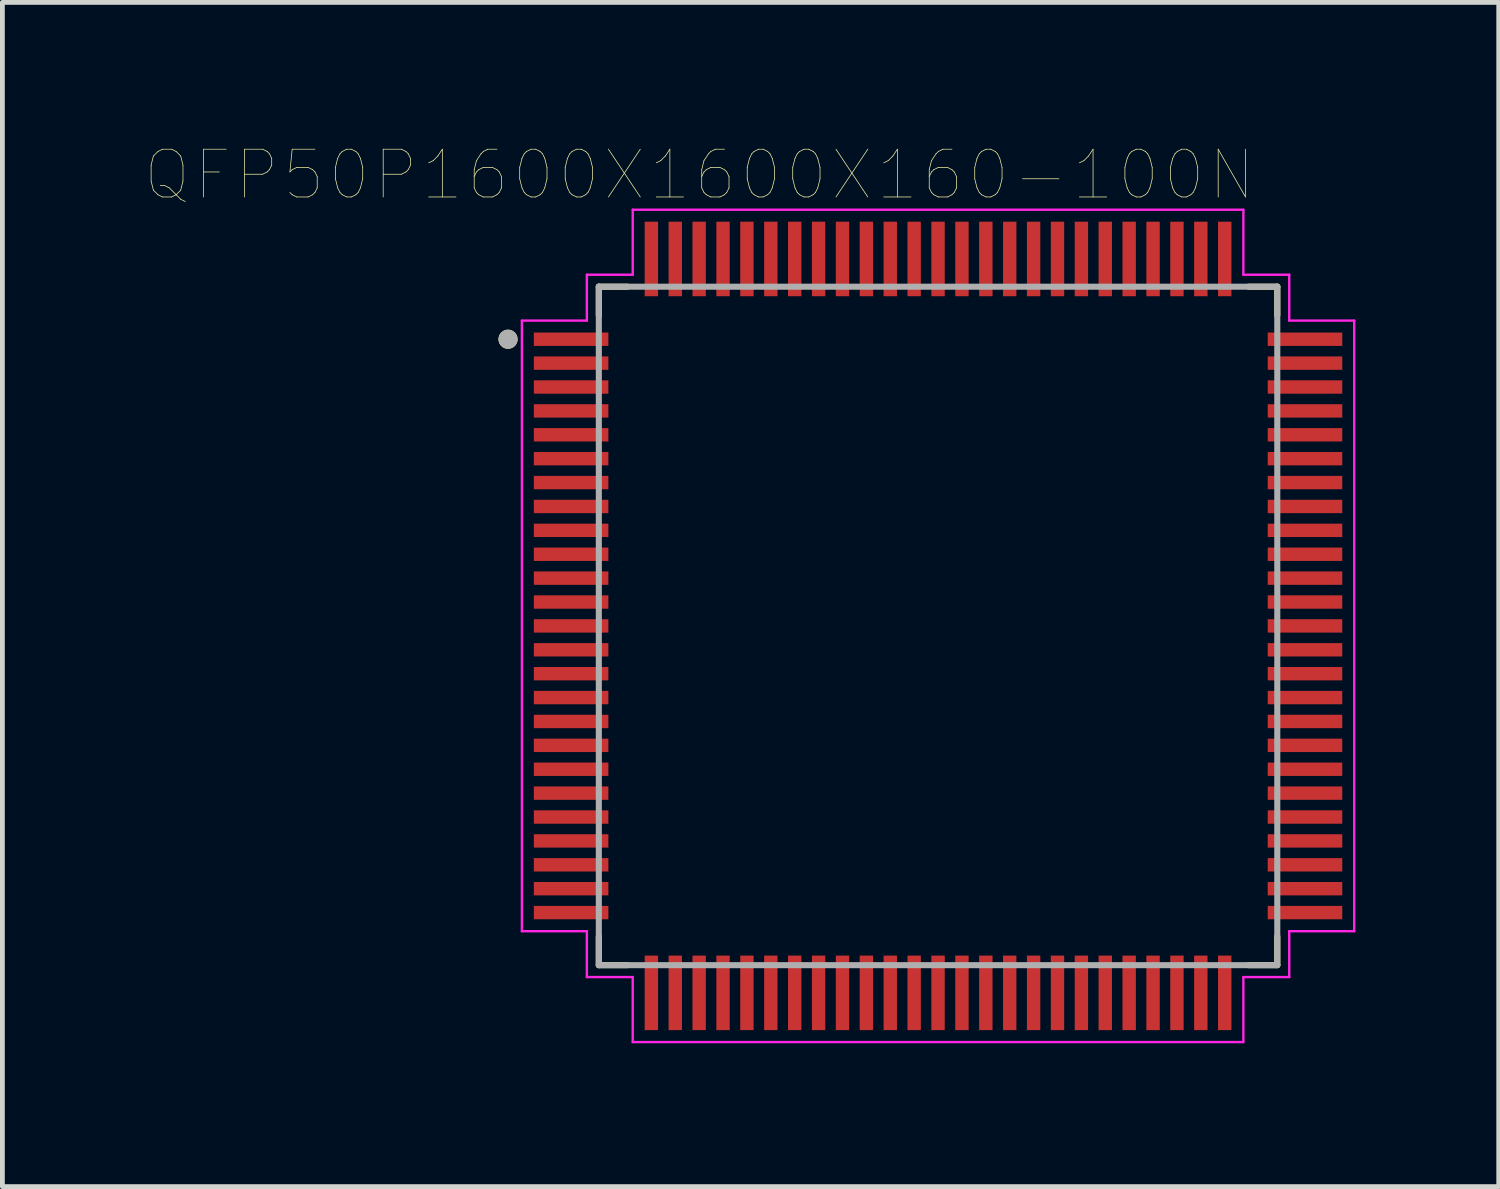
<source format=kicad_pcb>
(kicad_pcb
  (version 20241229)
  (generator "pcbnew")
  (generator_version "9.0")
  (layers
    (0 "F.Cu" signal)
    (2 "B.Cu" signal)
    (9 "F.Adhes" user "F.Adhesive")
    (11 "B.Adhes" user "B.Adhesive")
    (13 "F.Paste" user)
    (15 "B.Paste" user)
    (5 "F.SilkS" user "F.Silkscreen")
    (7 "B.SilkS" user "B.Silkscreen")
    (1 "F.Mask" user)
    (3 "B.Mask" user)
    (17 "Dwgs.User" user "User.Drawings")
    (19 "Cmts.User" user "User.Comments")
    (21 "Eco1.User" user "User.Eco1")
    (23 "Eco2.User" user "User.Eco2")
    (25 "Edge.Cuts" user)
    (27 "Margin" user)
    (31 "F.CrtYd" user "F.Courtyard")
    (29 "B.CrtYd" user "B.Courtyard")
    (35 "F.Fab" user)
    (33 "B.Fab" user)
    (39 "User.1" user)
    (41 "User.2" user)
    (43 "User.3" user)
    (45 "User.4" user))
  (footprint "QFP50P1600X1600X160-100N"
    (layer "F.Cu")
    (at 16.583 10.05)
    (property "Reference" "QFP50P1600X1600X160-100N" (at -4.994 -9.439 0) (layer "F.SilkS") (effects (font (size 1 1) (thickness 0.015))))
    (attr through_hole)
    (fp_line (start -7.1 -7.1) (end -7.1 -6.5) (stroke (width 0.127) (type solid)) (layer "F.SilkS"))
    (fp_line (start -7.1 6.5) (end -7.1 7.1) (stroke (width 0.127) (type solid)) (layer "F.SilkS"))
    (fp_line (start -7.1 7.1) (end -6.5 7.1) (stroke (width 0.127) (type solid)) (layer "F.SilkS"))
    (fp_line (start -6.5 -7.1) (end -7.1 -7.1) (stroke (width 0.127) (type solid)) (layer "F.SilkS"))
    (fp_line (start 6.5 -7.1) (end 7.1 -7.1) (stroke (width 0.127) (type solid)) (layer "F.SilkS"))
    (fp_line (start 7.1 -7.1) (end 7.1 -6.5) (stroke (width 0.127) (type solid)) (layer "F.SilkS"))
    (fp_line (start 7.1 6.5) (end 7.1 7.1) (stroke (width 0.127) (type solid)) (layer "F.SilkS"))
    (fp_line (start 7.1 7.1) (end 6.5 7.1) (stroke (width 0.127) (type solid)) (layer "F.SilkS"))
    (fp_circle (center -9 -6) (end -8.9 -6) (stroke (width 0.2) (type solid)) (fill no) (layer "F.SilkS"))
    (fp_line (start -8.71 -6.39) (end -7.35 -6.39) (stroke (width 0.05) (type solid)) (layer "F.CrtYd"))
    (fp_line (start -8.71 6.39) (end -8.71 -6.39) (stroke (width 0.05) (type solid)) (layer "F.CrtYd"))
    (fp_line (start -7.35 -7.35) (end -6.39 -7.35) (stroke (width 0.05) (type solid)) (layer "F.CrtYd"))
    (fp_line (start -7.35 -6.39) (end -7.35 -7.35) (stroke (width 0.05) (type solid)) (layer "F.CrtYd"))
    (fp_line (start -7.35 6.39) (end -8.71 6.39) (stroke (width 0.05) (type solid)) (layer "F.CrtYd"))
    (fp_line (start -7.35 7.35) (end -7.35 6.39) (stroke (width 0.05) (type solid)) (layer "F.CrtYd"))
    (fp_line (start -6.39 -8.71) (end 6.39 -8.71) (stroke (width 0.05) (type solid)) (layer "F.CrtYd"))
    (fp_line (start -6.39 -7.35) (end -6.39 -8.71) (stroke (width 0.05) (type solid)) (layer "F.CrtYd"))
    (fp_line (start -6.39 7.35) (end -7.35 7.35) (stroke (width 0.05) (type solid)) (layer "F.CrtYd"))
    (fp_line (start -6.39 8.71) (end -6.39 7.35) (stroke (width 0.05) (type solid)) (layer "F.CrtYd"))
    (fp_line (start 6.39 -8.71) (end 6.39 -7.35) (stroke (width 0.05) (type solid)) (layer "F.CrtYd"))
    (fp_line (start 6.39 -7.35) (end 7.35 -7.35) (stroke (width 0.05) (type solid)) (layer "F.CrtYd"))
    (fp_line (start 6.39 7.35) (end 6.39 8.71) (stroke (width 0.05) (type solid)) (layer "F.CrtYd"))
    (fp_line (start 6.39 8.71) (end -6.39 8.71) (stroke (width 0.05) (type solid)) (layer "F.CrtYd"))
    (fp_line (start 7.35 -7.35) (end 7.35 -6.39) (stroke (width 0.05) (type solid)) (layer "F.CrtYd"))
    (fp_line (start 7.35 -6.39) (end 8.71 -6.39) (stroke (width 0.05) (type solid)) (layer "F.CrtYd"))
    (fp_line (start 7.35 6.39) (end 7.35 7.35) (stroke (width 0.05) (type solid)) (layer "F.CrtYd"))
    (fp_line (start 7.35 7.35) (end 6.39 7.35) (stroke (width 0.05) (type solid)) (layer "F.CrtYd"))
    (fp_line (start 8.71 -6.39) (end 8.71 6.39) (stroke (width 0.05) (type solid)) (layer "F.CrtYd"))
    (fp_line (start 8.71 6.39) (end 7.35 6.39) (stroke (width 0.05) (type solid)) (layer "F.CrtYd"))
    (fp_line (start -7.1 -7.1) (end 7.1 -7.1) (stroke (width 0.127) (type solid)) (layer "F.Fab"))
    (fp_line (start -7.1 7.1) (end -7.1 -7.1) (stroke (width 0.127) (type solid)) (layer "F.Fab"))
    (fp_line (start 7.1 -7.1) (end 7.1 7.1) (stroke (width 0.127) (type solid)) (layer "F.Fab"))
    (fp_line (start 7.1 7.1) (end -7.1 7.1) (stroke (width 0.127) (type solid)) (layer "F.Fab"))
    (fp_circle (center -9 -6) (end -8.9 -6) (stroke (width 0.2) (type solid)) (fill no) (layer "F.Fab"))
    (pad "1" smd rect (at -7.68 -6) (size 1.56 0.28) (layers "F.Cu" "F.Mask" "F.Paste"))
    (pad "2" smd rect (at -7.68 -5.5) (size 1.56 0.28) (layers "F.Cu" "F.Mask" "F.Paste"))
    (pad "3" smd rect (at -7.68 -5) (size 1.56 0.28) (layers "F.Cu" "F.Mask" "F.Paste"))
    (pad "4" smd rect (at -7.68 -4.5) (size 1.56 0.28) (layers "F.Cu" "F.Mask" "F.Paste"))
    (pad "5" smd rect (at -7.68 -4) (size 1.56 0.28) (layers "F.Cu" "F.Mask" "F.Paste"))
    (pad "6" smd rect (at -7.68 -3.5) (size 1.56 0.28) (layers "F.Cu" "F.Mask" "F.Paste"))
    (pad "7" smd rect (at -7.68 -3) (size 1.56 0.28) (layers "F.Cu" "F.Mask" "F.Paste"))
    (pad "8" smd rect (at -7.68 -2.5) (size 1.56 0.28) (layers "F.Cu" "F.Mask" "F.Paste"))
    (pad "9" smd rect (at -7.68 -2) (size 1.56 0.28) (layers "F.Cu" "F.Mask" "F.Paste"))
    (pad "10" smd rect (at -7.68 -1.5) (size 1.56 0.28) (layers "F.Cu" "F.Mask" "F.Paste"))
    (pad "11" smd rect (at -7.68 -1) (size 1.56 0.28) (layers "F.Cu" "F.Mask" "F.Paste"))
    (pad "12" smd rect (at -7.68 -0.5) (size 1.56 0.28) (layers "F.Cu" "F.Mask" "F.Paste"))
    (pad "13" smd rect (at -7.68 0) (size 1.56 0.28) (layers "F.Cu" "F.Mask" "F.Paste"))
    (pad "14" smd rect (at -7.68 0.5) (size 1.56 0.28) (layers "F.Cu" "F.Mask" "F.Paste"))
    (pad "15" smd rect (at -7.68 1) (size 1.56 0.28) (layers "F.Cu" "F.Mask" "F.Paste"))
    (pad "16" smd rect (at -7.68 1.5) (size 1.56 0.28) (layers "F.Cu" "F.Mask" "F.Paste"))
    (pad "17" smd rect (at -7.68 2) (size 1.56 0.28) (layers "F.Cu" "F.Mask" "F.Paste"))
    (pad "18" smd rect (at -7.68 2.5) (size 1.56 0.28) (layers "F.Cu" "F.Mask" "F.Paste"))
    (pad "19" smd rect (at -7.68 3) (size 1.56 0.28) (layers "F.Cu" "F.Mask" "F.Paste"))
    (pad "20" smd rect (at -7.68 3.5) (size 1.56 0.28) (layers "F.Cu" "F.Mask" "F.Paste"))
    (pad "21" smd rect (at -7.68 4) (size 1.56 0.28) (layers "F.Cu" "F.Mask" "F.Paste"))
    (pad "22" smd rect (at -7.68 4.5) (size 1.56 0.28) (layers "F.Cu" "F.Mask" "F.Paste"))
    (pad "23" smd rect (at -7.68 5) (size 1.56 0.28) (layers "F.Cu" "F.Mask" "F.Paste"))
    (pad "24" smd rect (at -7.68 5.5) (size 1.56 0.28) (layers "F.Cu" "F.Mask" "F.Paste"))
    (pad "25" smd rect (at -7.68 6) (size 1.56 0.28) (layers "F.Cu" "F.Mask" "F.Paste"))
    (pad "26" smd rect (at -6 7.68) (size 0.28 1.56) (layers "F.Cu" "F.Mask" "F.Paste"))
    (pad "27" smd rect (at -5.5 7.68) (size 0.28 1.56) (layers "F.Cu" "F.Mask" "F.Paste"))
    (pad "28" smd rect (at -5 7.68) (size 0.28 1.56) (layers "F.Cu" "F.Mask" "F.Paste"))
    (pad "29" smd rect (at -4.5 7.68) (size 0.28 1.56) (layers "F.Cu" "F.Mask" "F.Paste"))
    (pad "30" smd rect (at -4 7.68) (size 0.28 1.56) (layers "F.Cu" "F.Mask" "F.Paste"))
    (pad "31" smd rect (at -3.5 7.68) (size 0.28 1.56) (layers "F.Cu" "F.Mask" "F.Paste"))
    (pad "32" smd rect (at -3 7.68) (size 0.28 1.56) (layers "F.Cu" "F.Mask" "F.Paste"))
    (pad "33" smd rect (at -2.5 7.68) (size 0.28 1.56) (layers "F.Cu" "F.Mask" "F.Paste"))
    (pad "34" smd rect (at -2 7.68) (size 0.28 1.56) (layers "F.Cu" "F.Mask" "F.Paste"))
    (pad "35" smd rect (at -1.5 7.68) (size 0.28 1.56) (layers "F.Cu" "F.Mask" "F.Paste"))
    (pad "36" smd rect (at -1 7.68) (size 0.28 1.56) (layers "F.Cu" "F.Mask" "F.Paste"))
    (pad "37" smd rect (at -0.5 7.68) (size 0.28 1.56) (layers "F.Cu" "F.Mask" "F.Paste"))
    (pad "38" smd rect (at 0 7.68) (size 0.28 1.56) (layers "F.Cu" "F.Mask" "F.Paste"))
    (pad "39" smd rect (at 0.5 7.68) (size 0.28 1.56) (layers "F.Cu" "F.Mask" "F.Paste"))
    (pad "40" smd rect (at 1 7.68) (size 0.28 1.56) (layers "F.Cu" "F.Mask" "F.Paste"))
    (pad "41" smd rect (at 1.5 7.68) (size 0.28 1.56) (layers "F.Cu" "F.Mask" "F.Paste"))
    (pad "42" smd rect (at 2 7.68) (size 0.28 1.56) (layers "F.Cu" "F.Mask" "F.Paste"))
    (pad "43" smd rect (at 2.5 7.68) (size 0.28 1.56) (layers "F.Cu" "F.Mask" "F.Paste"))
    (pad "44" smd rect (at 3 7.68) (size 0.28 1.56) (layers "F.Cu" "F.Mask" "F.Paste"))
    (pad "45" smd rect (at 3.5 7.68) (size 0.28 1.56) (layers "F.Cu" "F.Mask" "F.Paste"))
    (pad "46" smd rect (at 4 7.68) (size 0.28 1.56) (layers "F.Cu" "F.Mask" "F.Paste"))
    (pad "47" smd rect (at 4.5 7.68) (size 0.28 1.56) (layers "F.Cu" "F.Mask" "F.Paste"))
    (pad "48" smd rect (at 5 7.68) (size 0.28 1.56) (layers "F.Cu" "F.Mask" "F.Paste"))
    (pad "49" smd rect (at 5.5 7.68) (size 0.28 1.56) (layers "F.Cu" "F.Mask" "F.Paste"))
    (pad "50" smd rect (at 6 7.68) (size 0.28 1.56) (layers "F.Cu" "F.Mask" "F.Paste"))
    (pad "51" smd rect (at 7.68 6) (size 1.56 0.28) (layers "F.Cu" "F.Mask" "F.Paste"))
    (pad "52" smd rect (at 7.68 5.5) (size 1.56 0.28) (layers "F.Cu" "F.Mask" "F.Paste"))
    (pad "53" smd rect (at 7.68 5) (size 1.56 0.28) (layers "F.Cu" "F.Mask" "F.Paste"))
    (pad "54" smd rect (at 7.68 4.5) (size 1.56 0.28) (layers "F.Cu" "F.Mask" "F.Paste"))
    (pad "55" smd rect (at 7.68 4) (size 1.56 0.28) (layers "F.Cu" "F.Mask" "F.Paste"))
    (pad "56" smd rect (at 7.68 3.5) (size 1.56 0.28) (layers "F.Cu" "F.Mask" "F.Paste"))
    (pad "57" smd rect (at 7.68 3) (size 1.56 0.28) (layers "F.Cu" "F.Mask" "F.Paste"))
    (pad "58" smd rect (at 7.68 2.5) (size 1.56 0.28) (layers "F.Cu" "F.Mask" "F.Paste"))
    (pad "59" smd rect (at 7.68 2) (size 1.56 0.28) (layers "F.Cu" "F.Mask" "F.Paste"))
    (pad "60" smd rect (at 7.68 1.5) (size 1.56 0.28) (layers "F.Cu" "F.Mask" "F.Paste"))
    (pad "61" smd rect (at 7.68 1) (size 1.56 0.28) (layers "F.Cu" "F.Mask" "F.Paste"))
    (pad "62" smd rect (at 7.68 0.5) (size 1.56 0.28) (layers "F.Cu" "F.Mask" "F.Paste"))
    (pad "63" smd rect (at 7.68 0) (size 1.56 0.28) (layers "F.Cu" "F.Mask" "F.Paste"))
    (pad "64" smd rect (at 7.68 -0.5) (size 1.56 0.28) (layers "F.Cu" "F.Mask" "F.Paste"))
    (pad "65" smd rect (at 7.68 -1) (size 1.56 0.28) (layers "F.Cu" "F.Mask" "F.Paste"))
    (pad "66" smd rect (at 7.68 -1.5) (size 1.56 0.28) (layers "F.Cu" "F.Mask" "F.Paste"))
    (pad "67" smd rect (at 7.68 -2) (size 1.56 0.28) (layers "F.Cu" "F.Mask" "F.Paste"))
    (pad "68" smd rect (at 7.68 -2.5) (size 1.56 0.28) (layers "F.Cu" "F.Mask" "F.Paste"))
    (pad "69" smd rect (at 7.68 -3) (size 1.56 0.28) (layers "F.Cu" "F.Mask" "F.Paste"))
    (pad "70" smd rect (at 7.68 -3.5) (size 1.56 0.28) (layers "F.Cu" "F.Mask" "F.Paste"))
    (pad "71" smd rect (at 7.68 -4) (size 1.56 0.28) (layers "F.Cu" "F.Mask" "F.Paste"))
    (pad "72" smd rect (at 7.68 -4.5) (size 1.56 0.28) (layers "F.Cu" "F.Mask" "F.Paste"))
    (pad "73" smd rect (at 7.68 -5) (size 1.56 0.28) (layers "F.Cu" "F.Mask" "F.Paste"))
    (pad "74" smd rect (at 7.68 -5.5) (size 1.56 0.28) (layers "F.Cu" "F.Mask" "F.Paste"))
    (pad "75" smd rect (at 7.68 -6) (size 1.56 0.28) (layers "F.Cu" "F.Mask" "F.Paste"))
    (pad "76" smd rect (at 6 -7.68) (size 0.28 1.56) (layers "F.Cu" "F.Mask" "F.Paste"))
    (pad "77" smd rect (at 5.5 -7.68) (size 0.28 1.56) (layers "F.Cu" "F.Mask" "F.Paste"))
    (pad "78" smd rect (at 5 -7.68) (size 0.28 1.56) (layers "F.Cu" "F.Mask" "F.Paste"))
    (pad "79" smd rect (at 4.5 -7.68) (size 0.28 1.56) (layers "F.Cu" "F.Mask" "F.Paste"))
    (pad "80" smd rect (at 4 -7.68) (size 0.28 1.56) (layers "F.Cu" "F.Mask" "F.Paste"))
    (pad "81" smd rect (at 3.5 -7.68) (size 0.28 1.56) (layers "F.Cu" "F.Mask" "F.Paste"))
    (pad "82" smd rect (at 3 -7.68) (size 0.28 1.56) (layers "F.Cu" "F.Mask" "F.Paste"))
    (pad "83" smd rect (at 2.5 -7.68) (size 0.28 1.56) (layers "F.Cu" "F.Mask" "F.Paste"))
    (pad "84" smd rect (at 2 -7.68) (size 0.28 1.56) (layers "F.Cu" "F.Mask" "F.Paste"))
    (pad "85" smd rect (at 1.5 -7.68) (size 0.28 1.56) (layers "F.Cu" "F.Mask" "F.Paste"))
    (pad "86" smd rect (at 1 -7.68) (size 0.28 1.56) (layers "F.Cu" "F.Mask" "F.Paste"))
    (pad "87" smd rect (at 0.5 -7.68) (size 0.28 1.56) (layers "F.Cu" "F.Mask" "F.Paste"))
    (pad "88" smd rect (at 0 -7.68) (size 0.28 1.56) (layers "F.Cu" "F.Mask" "F.Paste"))
    (pad "89" smd rect (at -0.5 -7.68) (size 0.28 1.56) (layers "F.Cu" "F.Mask" "F.Paste"))
    (pad "90" smd rect (at -1 -7.68) (size 0.28 1.56) (layers "F.Cu" "F.Mask" "F.Paste"))
    (pad "91" smd rect (at -1.5 -7.68) (size 0.28 1.56) (layers "F.Cu" "F.Mask" "F.Paste"))
    (pad "92" smd rect (at -2 -7.68) (size 0.28 1.56) (layers "F.Cu" "F.Mask" "F.Paste"))
    (pad "93" smd rect (at -2.5 -7.68) (size 0.28 1.56) (layers "F.Cu" "F.Mask" "F.Paste"))
    (pad "94" smd rect (at -3 -7.68) (size 0.28 1.56) (layers "F.Cu" "F.Mask" "F.Paste"))
    (pad "95" smd rect (at -3.5 -7.68) (size 0.28 1.56) (layers "F.Cu" "F.Mask" "F.Paste"))
    (pad "96" smd rect (at -4 -7.68) (size 0.28 1.56) (layers "F.Cu" "F.Mask" "F.Paste"))
    (pad "97" smd rect (at -4.5 -7.68) (size 0.28 1.56) (layers "F.Cu" "F.Mask" "F.Paste"))
    (pad "98" smd rect (at -5 -7.68) (size 0.28 1.56) (layers "F.Cu" "F.Mask" "F.Paste"))
    (pad "99" smd rect (at -5.5 -7.68) (size 0.28 1.56) (layers "F.Cu" "F.Mask" "F.Paste"))
    (pad "100" smd rect (at -6 -7.68) (size 0.28 1.56) (layers "F.Cu" "F.Mask" "F.Paste")))
  (gr_rect
    (start -3 -3)
    (end 28.318 21.785)
    (stroke (width 0.1) (type default))
    (fill no)
    (layer "Edge.Cuts")))
</source>
